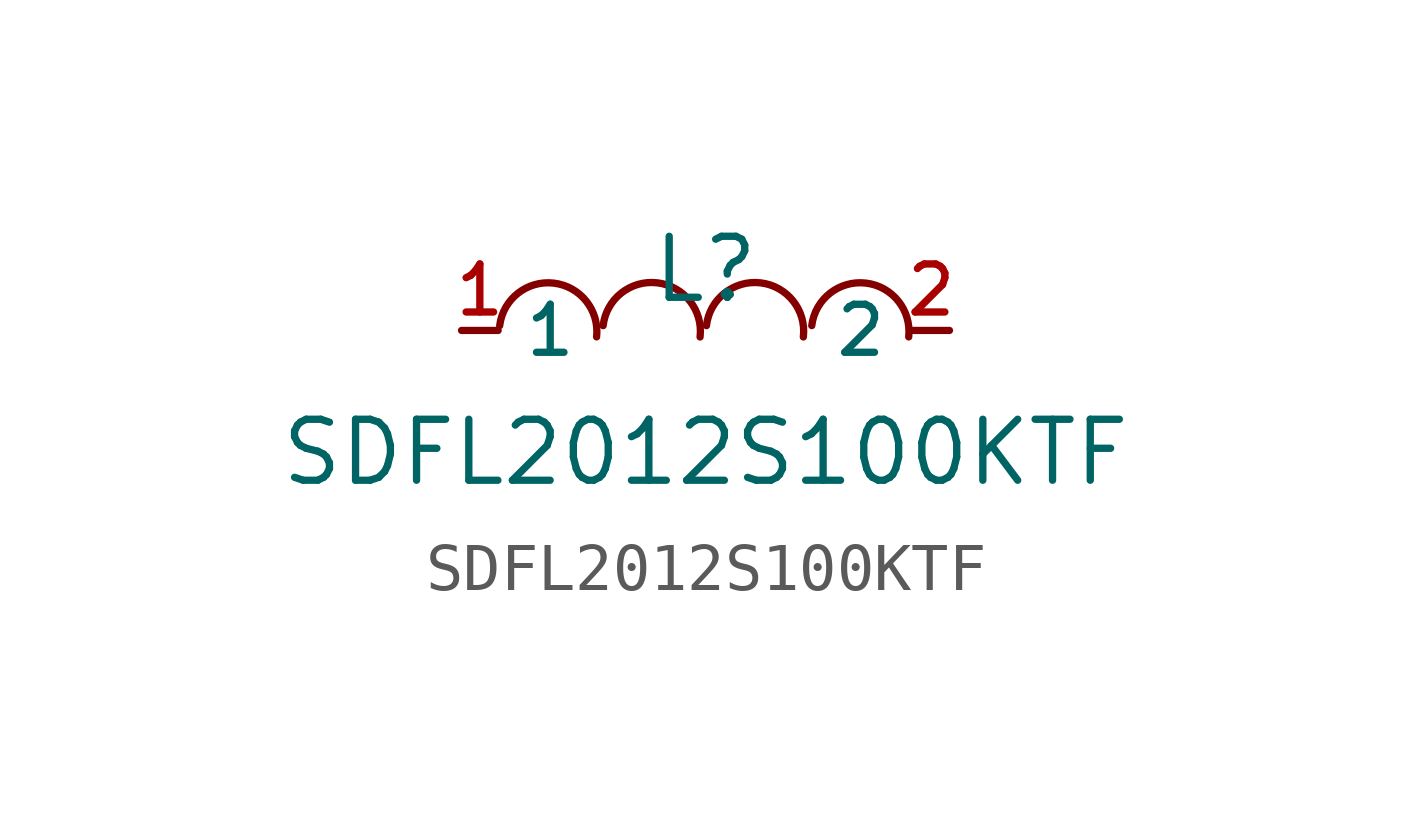
<source format=kicad_sym>
(kicad_symbol_lib
  (version 20210201)
  (generator TousstNicolas/JLC2KiCad_lib)
  (symbol "SDFL2012S100KTF"
    (property "Reference" "L"
      (at 0 1.27 0)
      (effects (font (size 1.27 1.27))))
    (property "Value" "SDFL2012S100KTF"
      (at 0 -2.54 0)
      (effects (font (size 1.27 1.27))))
    (symbol "SDFL2012S100KTF_0_1"
      (pin unspecified line (at 5.08 -0.0 180) (length 0.762) (name "2" (effects (font (size 1 1)))) (number "2" (effects (font (size 1 1)))))
      (pin unspecified line (at -5.08 -0.0 0) (length 0.762) (name "1" (effects (font (size 1 1)))) (number "1" (effects (font (size 1 1)))))
      (arc (start -2.2674329295749627 -0.1341053884638828) (mid -3.159011207982224 0.9926636483439573) (end -4.285780231504512 0.10108535314652943) (stroke (width 0) (type default) (color 0 0 0 0)) (fill (type none)))
      (arc (start -0.11354180781656804 -0.13565983668102555) (mid -1.0048024524285457 0.9913604595340889) (end -2.131822737142134 0.10009980037815772) (stroke (width 0) (type default) (color 0 0 0 0)) (fill (type none)))
      (arc (start 2.0378424949520375 -0.13565983668102555) (mid 1.1465818503400598 0.9913604595340889) (end 0.019561565626471496 0.10009980037815772) (stroke (width 0) (type default) (color 0 0 0 0)) (fill (type none)))
      (arc (start 4.231170015864318 -0.13410572965492382) (mid 3.3395921275494644 0.9926636202288113) (end 2.2128227952408546 0.10108570970264838) (stroke (width 0) (type default) (color 0 0 0 0)) (fill (type none))))))
</source>
